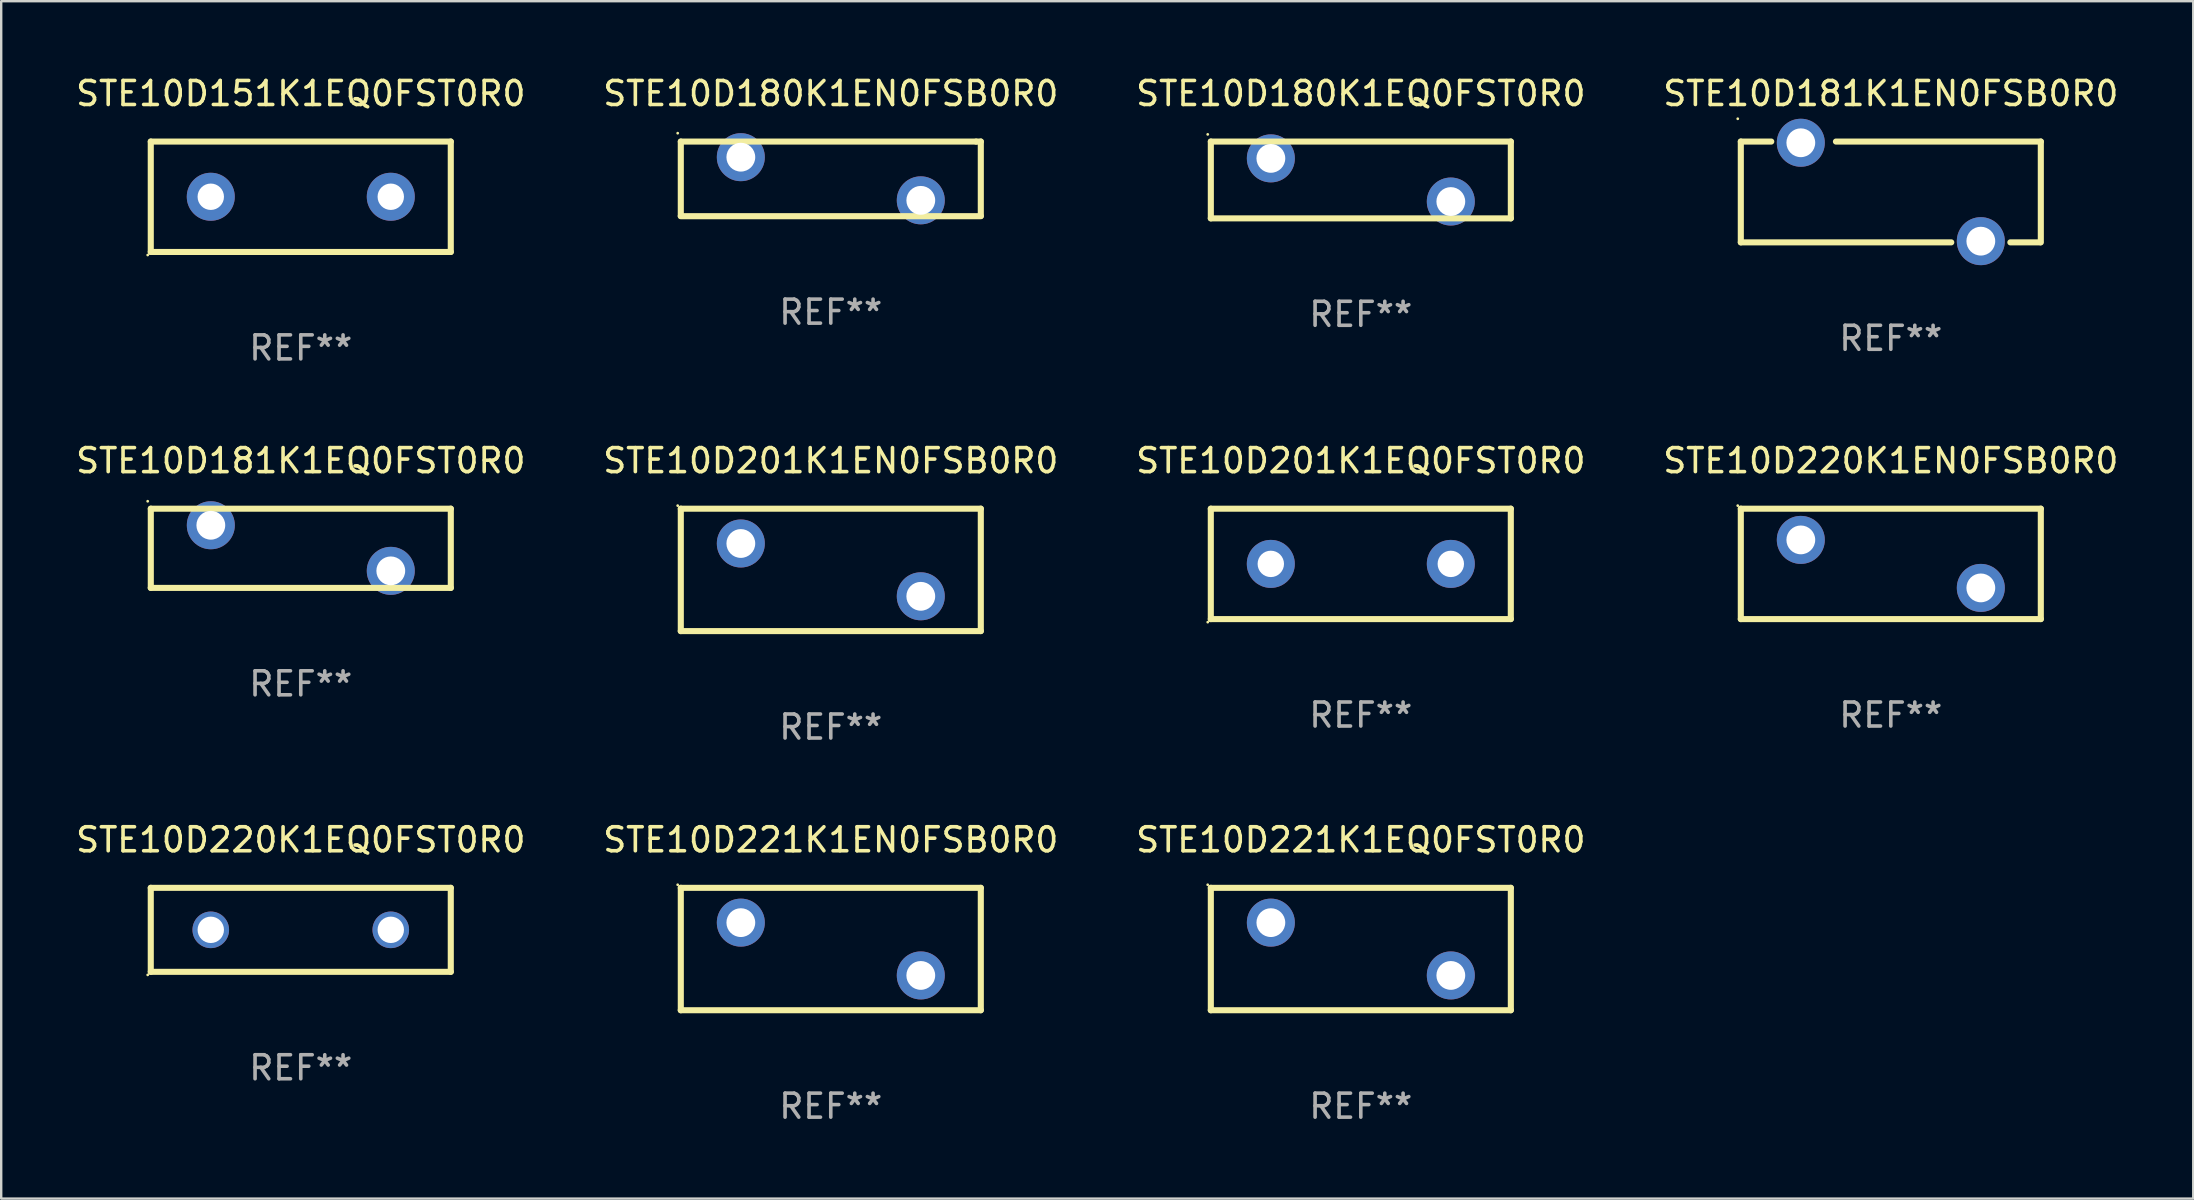
<source format=kicad_pcb>
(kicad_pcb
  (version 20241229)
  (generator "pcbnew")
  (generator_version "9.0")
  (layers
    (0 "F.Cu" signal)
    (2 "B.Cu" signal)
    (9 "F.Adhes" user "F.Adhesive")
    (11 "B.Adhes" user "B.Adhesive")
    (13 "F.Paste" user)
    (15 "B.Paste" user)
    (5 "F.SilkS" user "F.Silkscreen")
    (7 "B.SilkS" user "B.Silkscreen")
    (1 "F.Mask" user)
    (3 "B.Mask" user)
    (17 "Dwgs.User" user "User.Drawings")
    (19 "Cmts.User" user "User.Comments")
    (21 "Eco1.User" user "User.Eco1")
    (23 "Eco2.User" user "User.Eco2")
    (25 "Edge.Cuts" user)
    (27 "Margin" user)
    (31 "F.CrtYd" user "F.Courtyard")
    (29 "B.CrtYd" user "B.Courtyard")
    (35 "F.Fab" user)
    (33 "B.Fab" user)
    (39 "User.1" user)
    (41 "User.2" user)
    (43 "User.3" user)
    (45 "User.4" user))
  (footprint "STE10D180K1EQ0FST0R0"
    (layer "F.Cu")
    (at 53.649 4.448)
    (property "Reference" "STE10D180K1EQ0FST0R0" (at 0 -3.6 0) (layer "F.SilkS") (effects (font (size 1 1) (thickness 0.15))))
    (attr through_hole)
    (fp_line (start -6.249 -1.6) (end 6.251 -1.6) (stroke (width 0.254) (type solid)) (layer "F.SilkS"))
    (fp_line (start -6.249 1.6) (end -6.249 -1.6) (stroke (width 0.254) (type solid)) (layer "F.SilkS"))
    (fp_line (start 6.251 -1.6) (end 6.251 1.6) (stroke (width 0.254) (type solid)) (layer "F.SilkS"))
    (fp_line (start 6.251 1.6) (end -6.251 1.6) (stroke (width 0.254) (type solid)) (layer "F.SilkS"))
    (fp_circle (center -6.378 -1.899) (end -6.348 -1.899) (stroke (width 0.06) (type solid)) (fill no) (layer "F.SilkS"))
    (fp_text user "REF**" (at 0 5.6 0) (layer "F.Fab") (effects (font (size 1 1) (thickness 0.15))))
    (pad "1" thru_hole circle (at -3.748 -0.899) (size 2 2) (drill 1.2) (layers "*.Cu" "*.Mask"))
    (pad "2" thru_hole circle (at 3.75 0.899) (size 2 2) (drill 1.2) (layers "*.Cu" "*.Mask")))
  (footprint "STE10D220K1EN0FSB0R0"
    (layer "F.Cu")
    (at 75.732 20.445)
    (property "Reference" "STE10D220K1EN0FSB0R0" (at 0 -4.3 0) (layer "F.SilkS") (effects (font (size 1 1) (thickness 0.15))))
    (attr through_hole)
    (fp_line (start -6.25 -2.3) (end -6.25 2.3) (stroke (width 0.254) (type solid)) (layer "F.SilkS"))
    (fp_line (start -6.25 -2.3) (end 6.25 -2.3) (stroke (width 0.254) (type solid)) (layer "F.SilkS"))
    (fp_line (start -6.25 2.3) (end 6.25 2.3) (stroke (width 0.254) (type solid)) (layer "F.SilkS"))
    (fp_line (start 6.25 -2.3) (end 6.25 2.3) (stroke (width 0.254) (type solid)) (layer "F.SilkS"))
    (fp_circle (center -6.377 -2.427) (end -6.347 -2.427) (stroke (width 0.06) (type solid)) (fill no) (layer "F.SilkS"))
    (fp_text user "REF**" (at 0 6.3 0) (layer "F.Fab") (effects (font (size 1 1) (thickness 0.15))))
    (pad "1" thru_hole circle (at -3.75 -1) (size 2 2) (drill 1.2) (layers "*.Cu" "*.Mask"))
    (pad "2" thru_hole circle (at 3.75 1) (size 2 2) (drill 1.2) (layers "*.Cu" "*.Mask")))
  (footprint "STE10D201K1EN0FSB0R0"
    (layer "F.Cu")
    (at 31.565 20.695)
    (property "Reference" "STE10D201K1EN0FSB0R0" (at 0 -4.55 0) (layer "F.SilkS") (effects (font (size 1 1) (thickness 0.15))))
    (attr through_hole)
    (fp_line (start -6.249 -2.55) (end 6.251 -2.55) (stroke (width 0.254) (type solid)) (layer "F.SilkS"))
    (fp_line (start -6.249 2.55) (end -6.249 -2.55) (stroke (width 0.254) (type solid)) (layer "F.SilkS"))
    (fp_line (start 6.251 -2.55) (end 6.251 2.55) (stroke (width 0.254) (type solid)) (layer "F.SilkS"))
    (fp_line (start 6.251 2.55) (end -6.251 2.55) (stroke (width 0.254) (type solid)) (layer "F.SilkS"))
    (fp_circle (center -6.378 -2.677) (end -6.348 -2.677) (stroke (width 0.06) (type solid)) (fill no) (layer "F.SilkS"))
    (fp_text user "REF**" (at 0 6.55 0) (layer "F.Fab") (effects (font (size 1 1) (thickness 0.15))))
    (pad "1" thru_hole circle (at -3.748 -1.1) (size 2 2) (drill 1.2) (layers "*.Cu" "*.Mask"))
    (pad "2" thru_hole circle (at 3.75 1.1) (size 2 2) (drill 1.2) (layers "*.Cu" "*.Mask")))
  (footprint "STE10D220K1EQ0FST0R0"
    (layer "F.Cu")
    (at 9.482 35.692)
    (property "Reference" "STE10D220K1EQ0FST0R0" (at 0 -3.75 0) (layer "F.SilkS") (effects (font (size 1 1) (thickness 0.15))))
    (attr through_hole)
    (fp_line (start -6.25 -1.75) (end 6.25 -1.75) (stroke (width 0.254) (type solid)) (layer "F.SilkS"))
    (fp_line (start -6.25 1.75) (end -6.25 -1.75) (stroke (width 0.254) (type solid)) (layer "F.SilkS"))
    (fp_line (start 6.25 -1.75) (end 6.25 1.75) (stroke (width 0.254) (type solid)) (layer "F.SilkS"))
    (fp_line (start 6.25 1.75) (end -6.25 1.75) (stroke (width 0.254) (type solid)) (layer "F.SilkS"))
    (fp_circle (center -6.377 1.877) (end -6.347 1.877) (stroke (width 0.06) (type solid)) (fill no) (layer "F.SilkS"))
    (fp_text user "REF**" (at 0 5.75 0) (layer "F.Fab") (effects (font (size 1 1) (thickness 0.15))))
    (pad "1" thru_hole circle (at -3.75 0) (size 1.524 1.524) (drill 1.1) (layers "*.Cu" "*.Mask"))
    (pad "2" thru_hole circle (at 3.75 0) (size 1.524 1.524) (drill 1.1) (layers "*.Cu" "*.Mask")))
  (footprint "STE10D201K1EQ0FST0R0"
    (layer "F.Cu")
    (at 53.649 20.445)
    (property "Reference" "STE10D201K1EQ0FST0R0" (at 0 -4.3 0) (layer "F.SilkS") (effects (font (size 1 1) (thickness 0.15))))
    (attr through_hole)
    (fp_line (start -6.25 -2.3) (end -6.25 2.3) (stroke (width 0.254) (type solid)) (layer "F.SilkS"))
    (fp_line (start -6.25 -2.3) (end 6.25 -2.3) (stroke (width 0.254) (type solid)) (layer "F.SilkS"))
    (fp_line (start -6.25 2.3) (end 6.25 2.3) (stroke (width 0.254) (type solid)) (layer "F.SilkS"))
    (fp_line (start 6.25 -2.3) (end 6.25 2.3) (stroke (width 0.254) (type solid)) (layer "F.SilkS"))
    (fp_circle (center -6.377 2.427) (end -6.347 2.427) (stroke (width 0.06) (type solid)) (fill no) (layer "F.SilkS"))
    (fp_text user "REF**" (at 0 6.3 0) (layer "F.Fab") (effects (font (size 1 1) (thickness 0.15))))
    (pad "1" thru_hole circle (at -3.75 0.000013) (size 2 2) (drill 1.1) (layers "*.Cu" "*.Mask"))
    (pad "2" thru_hole circle (at 3.75 0.000013) (size 2 2) (drill 1.1) (layers "*.Cu" "*.Mask")))
  (footprint "STE10D181K1EN0FSB0R0"
    (layer "F.Cu")
    (at 75.732 4.948)
    (property "Reference" "STE10D181K1EN0FSB0R0" (at 0 -4.1 0) (layer "F.SilkS") (effects (font (size 1 1) (thickness 0.15))))
    (attr through_hole)
    (fp_line (start -6.25 -2.1) (end -6.25 2.1) (stroke (width 0.254) (type solid)) (layer "F.SilkS"))
    (fp_line (start -6.25 -2.1) (end -4.981 -2.1) (stroke (width 0.254) (type solid)) (layer "F.SilkS"))
    (fp_line (start -6.25 2.1) (end 2.519 2.1) (stroke (width 0.254) (type solid)) (layer "F.SilkS"))
    (fp_line (start 4.981 2.1) (end 6.223 2.1) (stroke (width 0.254) (type solid)) (layer "F.SilkS"))
    (fp_line (start 6.25 -2.1) (end -2.286 -2.1) (stroke (width 0.254) (type solid)) (layer "F.SilkS"))
    (fp_line (start 6.25 -2.1) (end 6.25 2.1) (stroke (width 0.254) (type solid)) (layer "F.SilkS"))
    (fp_circle (center -6.377 -3.05) (end -6.347 -3.05) (stroke (width 0.06) (type solid)) (fill no) (layer "F.SilkS"))
    (fp_text user "REF**" (at 0 6.1 0) (layer "F.Fab") (effects (font (size 1 1) (thickness 0.15))))
    (pad "1" thru_hole circle (at -3.75 -2.05) (size 2 2) (drill 1.2) (layers "*.Cu" "*.Mask"))
    (pad "2" thru_hole circle (at 3.75 2.05) (size 2 2) (drill 1.2) (layers "*.Cu" "*.Mask")))
  (footprint "STE10D180K1EN0FSB0R0"
    (layer "F.Cu")
    (at 31.565 4.403)
    (property "Reference" "STE10D180K1EN0FSB0R0" (at 0 -3.555 0) (layer "F.SilkS") (effects (font (size 1 1) (thickness 0.15))))
    (attr through_hole)
    (fp_line (start -6.249 -1.555) (end 6.056 -1.554) (stroke (width 0.254) (type solid)) (layer "F.SilkS"))
    (fp_line (start -6.249 1.545) (end -6.249 -1.554) (stroke (width 0.254) (type solid)) (layer "F.SilkS"))
    (fp_line (start 6.056 -1.554) (end 6.251 -1.555) (stroke (width 0.254) (type solid)) (layer "F.SilkS"))
    (fp_line (start 6.251 -1.555) (end 6.251 1.545) (stroke (width 0.254) (type solid)) (layer "F.SilkS"))
    (fp_line (start 6.251 1.555) (end -6.251 1.555) (stroke (width 0.254) (type solid)) (layer "F.SilkS"))
    (fp_circle (center -6.378 -1.904) (end -6.348 -1.904) (stroke (width 0.06) (type solid)) (fill no) (layer "F.SilkS"))
    (fp_text user "REF**" (at 0 5.555 0) (layer "F.Fab") (effects (font (size 1 1) (thickness 0.15))))
    (pad "1" thru_hole circle (at -3.748 -0.904) (size 2 2) (drill 1.2) (layers "*.Cu" "*.Mask"))
    (pad "2" thru_hole circle (at 3.75 0.894) (size 2 2) (drill 1.2) (layers "*.Cu" "*.Mask")))
  (footprint "STE10D221K1EQ0FST0R0"
    (layer "F.Cu")
    (at 53.649 36.492)
    (property "Reference" "STE10D221K1EQ0FST0R0" (at 0 -4.55 0) (layer "F.SilkS") (effects (font (size 1 1) (thickness 0.15))))
    (attr through_hole)
    (fp_line (start -6.249 -2.55) (end 6.251 -2.55) (stroke (width 0.254) (type solid)) (layer "F.SilkS"))
    (fp_line (start -6.249 2.55) (end -6.249 -2.55) (stroke (width 0.254) (type solid)) (layer "F.SilkS"))
    (fp_line (start 6.251 -2.55) (end 6.251 2.55) (stroke (width 0.254) (type solid)) (layer "F.SilkS"))
    (fp_line (start 6.251 2.55) (end -6.251 2.55) (stroke (width 0.254) (type solid)) (layer "F.SilkS"))
    (fp_circle (center -6.378 -2.677) (end -6.348 -2.677) (stroke (width 0.06) (type solid)) (fill no) (layer "F.SilkS"))
    (fp_text user "REF**" (at 0 6.55 0) (layer "F.Fab") (effects (font (size 1 1) (thickness 0.15))))
    (pad "1" thru_hole circle (at -3.748 -1.1) (size 2 2) (drill 1.2) (layers "*.Cu" "*.Mask"))
    (pad "2" thru_hole circle (at 3.75 1.1) (size 2 2) (drill 1.2) (layers "*.Cu" "*.Mask")))
  (footprint "STE10D221K1EN0FSB0R0"
    (layer "F.Cu")
    (at 31.565 36.492)
    (property "Reference" "STE10D221K1EN0FSB0R0" (at 0 -4.55 0) (layer "F.SilkS") (effects (font (size 1 1) (thickness 0.15))))
    (attr through_hole)
    (fp_line (start -6.249 -2.55) (end 6.251 -2.55) (stroke (width 0.254) (type solid)) (layer "F.SilkS"))
    (fp_line (start -6.249 2.55) (end -6.249 -2.55) (stroke (width 0.254) (type solid)) (layer "F.SilkS"))
    (fp_line (start 6.251 -2.55) (end 6.251 2.55) (stroke (width 0.254) (type solid)) (layer "F.SilkS"))
    (fp_line (start 6.251 2.55) (end -6.251 2.55) (stroke (width 0.254) (type solid)) (layer "F.SilkS"))
    (fp_circle (center -6.378 -2.677) (end -6.348 -2.677) (stroke (width 0.06) (type solid)) (fill no) (layer "F.SilkS"))
    (fp_text user "REF**" (at 0 6.55 0) (layer "F.Fab") (effects (font (size 1 1) (thickness 0.15))))
    (pad "1" thru_hole circle (at -3.748 -1.1) (size 2 2) (drill 1.2) (layers "*.Cu" "*.Mask"))
    (pad "2" thru_hole circle (at 3.75 1.1) (size 2 2) (drill 1.2) (layers "*.Cu" "*.Mask")))
  (footprint "STE10D181K1EQ0FST0R0"
    (layer "F.Cu")
    (at 9.482 19.795)
    (property "Reference" "STE10D181K1EQ0FST0R0" (at 0 -3.65 0) (layer "F.SilkS") (effects (font (size 1 1) (thickness 0.15))))
    (attr through_hole)
    (fp_line (start -6.249 -1.65) (end 6.251 -1.65) (stroke (width 0.254) (type solid)) (layer "F.SilkS"))
    (fp_line (start -6.249 1.649) (end -6.249 -1.65) (stroke (width 0.254) (type solid)) (layer "F.SilkS"))
    (fp_line (start 6.251 -1.65) (end 6.251 1.65) (stroke (width 0.254) (type solid)) (layer "F.SilkS"))
    (fp_line (start 6.251 1.65) (end -6.251 1.65) (stroke (width 0.254) (type solid)) (layer "F.SilkS"))
    (fp_circle (center -6.378 -1.96) (end -6.348 -1.96) (stroke (width 0.06) (type solid)) (fill no) (layer "F.SilkS"))
    (fp_text user "REF**" (at 0 5.65 0) (layer "F.Fab") (effects (font (size 1 1) (thickness 0.15))))
    (pad "1" thru_hole circle (at -3.748 -0.96) (size 2 2) (drill 1.2) (layers "*.Cu" "*.Mask"))
    (pad "2" thru_hole circle (at 3.75 0.94) (size 2 2) (drill 1.2) (layers "*.Cu" "*.Mask")))
  (footprint "STE10D151K1EQ0FST0R0"
    (layer "F.Cu")
    (at 9.482 5.148)
    (property "Reference" "STE10D151K1EQ0FST0R0" (at 0 -4.3 0) (layer "F.SilkS") (effects (font (size 1 1) (thickness 0.15))))
    (attr through_hole)
    (fp_line (start -6.25 -2.3) (end -6.25 2.3) (stroke (width 0.254) (type solid)) (layer "F.SilkS"))
    (fp_line (start -6.25 -2.3) (end 6.25 -2.3) (stroke (width 0.254) (type solid)) (layer "F.SilkS"))
    (fp_line (start -6.25 2.3) (end 6.25 2.3) (stroke (width 0.254) (type solid)) (layer "F.SilkS"))
    (fp_line (start 6.25 -2.3) (end 6.25 2.3) (stroke (width 0.254) (type solid)) (layer "F.SilkS"))
    (fp_circle (center -6.377 2.427) (end -6.347 2.427) (stroke (width 0.06) (type solid)) (fill no) (layer "F.SilkS"))
    (fp_text user "REF**" (at 0 6.3 0) (layer "F.Fab") (effects (font (size 1 1) (thickness 0.15))))
    (pad "1" thru_hole circle (at -3.75 0.000013) (size 2 2) (drill 1.1) (layers "*.Cu" "*.Mask"))
    (pad "2" thru_hole circle (at 3.75 0.000013) (size 2 2) (drill 1.1) (layers "*.Cu" "*.Mask")))
  (gr_rect
    (start -3 -3)
    (end 88.333 46.891)
    (stroke (width 0.1) (type default))
    (fill no)
    (layer "Edge.Cuts")))
</source>
